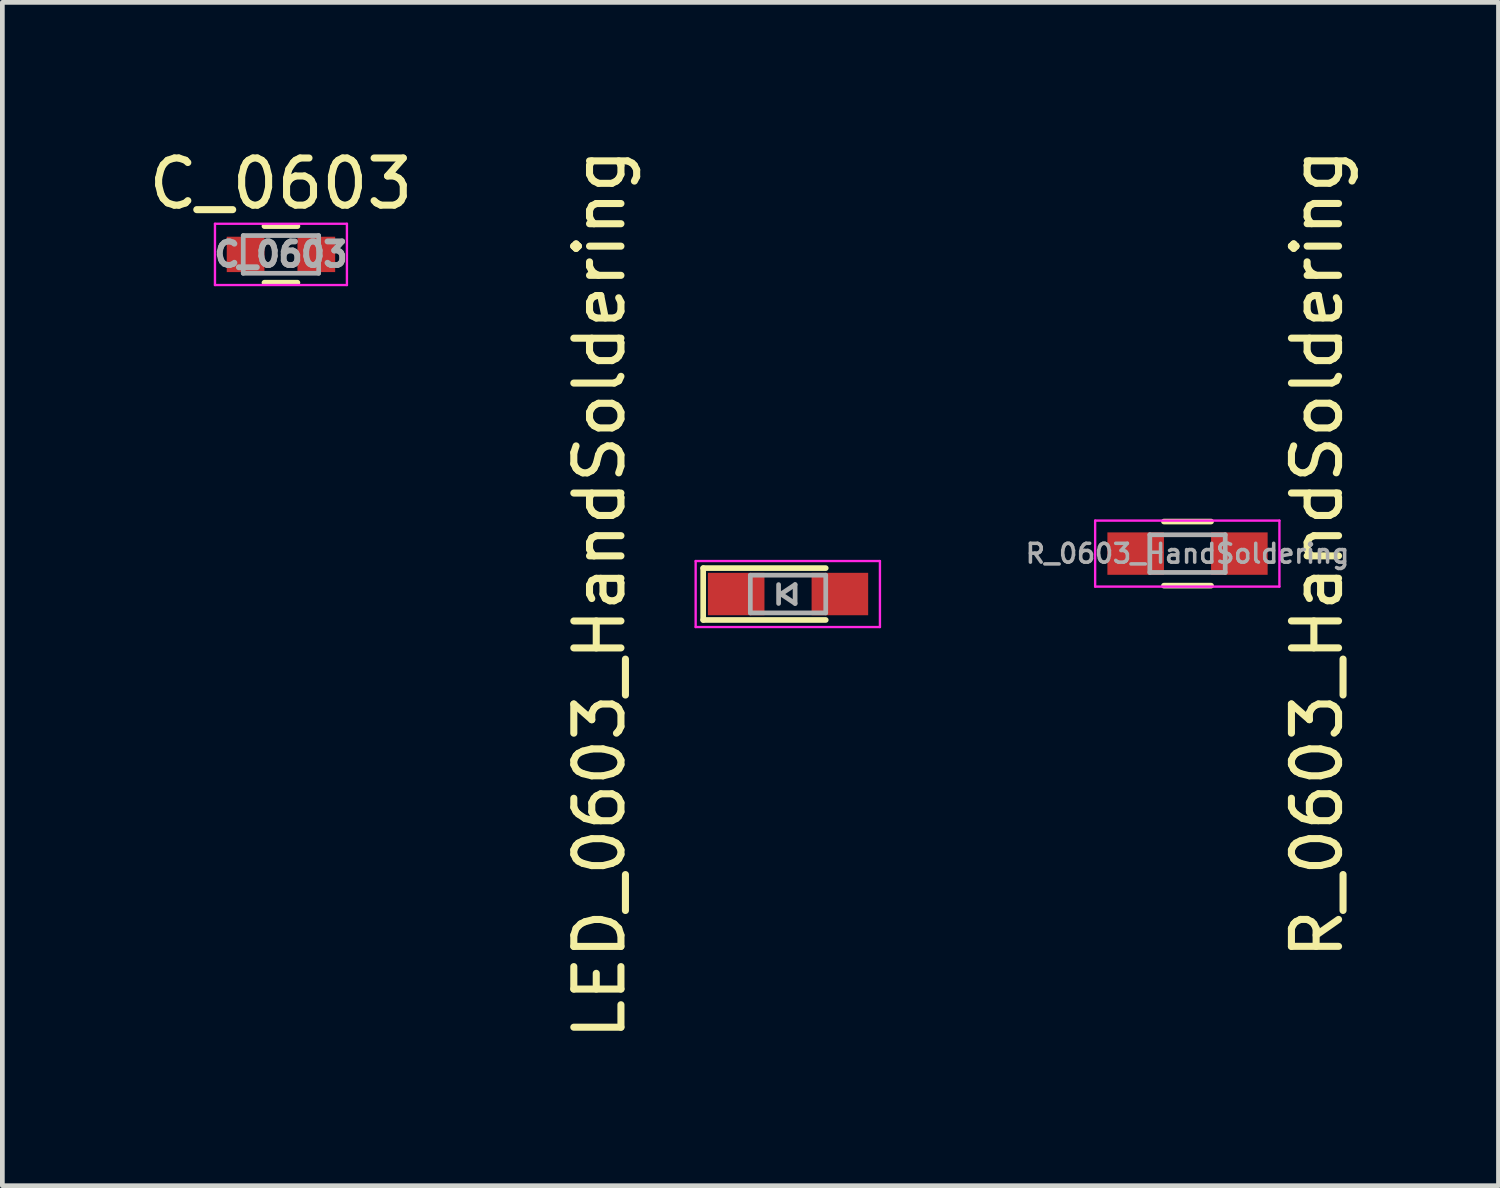
<source format=kicad_pcb>
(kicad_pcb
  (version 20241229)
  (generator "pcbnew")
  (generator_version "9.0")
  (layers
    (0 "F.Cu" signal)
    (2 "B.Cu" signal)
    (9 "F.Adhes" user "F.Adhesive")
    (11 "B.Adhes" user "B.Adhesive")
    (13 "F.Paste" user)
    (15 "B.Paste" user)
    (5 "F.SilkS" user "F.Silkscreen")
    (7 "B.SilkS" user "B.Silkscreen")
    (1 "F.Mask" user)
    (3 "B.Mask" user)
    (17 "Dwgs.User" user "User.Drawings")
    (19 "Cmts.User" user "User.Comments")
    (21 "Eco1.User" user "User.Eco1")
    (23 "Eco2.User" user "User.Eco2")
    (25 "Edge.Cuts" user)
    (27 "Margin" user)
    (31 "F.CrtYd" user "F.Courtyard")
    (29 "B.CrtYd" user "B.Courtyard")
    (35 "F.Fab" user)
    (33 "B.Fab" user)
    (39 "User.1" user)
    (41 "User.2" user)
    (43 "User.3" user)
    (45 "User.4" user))
  (footprint "C_0603"
    (layer "F.Cu")
    (at 2.911 2.348)
    (property "Reference" "C_0603" (at 0 -1.5 0) (layer "F.SilkS") (effects (font (size 1 1) (thickness 0.15))))
    (attr smd)
    (fp_line (start -0.35 -0.6) (end 0.35 -0.6) (stroke (width 0.12) (type solid)) (layer "F.SilkS"))
    (fp_line (start 0.35 0.6) (end -0.35 0.6) (stroke (width 0.12) (type solid)) (layer "F.SilkS"))
    (fp_line (start -1.4 -0.65) (end -1.4 0.65) (stroke (width 0.05) (type solid)) (layer "F.CrtYd"))
    (fp_line (start -1.4 -0.65) (end 1.4 -0.65) (stroke (width 0.05) (type solid)) (layer "F.CrtYd"))
    (fp_line (start 1.4 0.65) (end -1.4 0.65) (stroke (width 0.05) (type solid)) (layer "F.CrtYd"))
    (fp_line (start 1.4 0.65) (end 1.4 -0.65) (stroke (width 0.05) (type solid)) (layer "F.CrtYd"))
    (fp_line (start -0.8 -0.4) (end 0.8 -0.4) (stroke (width 0.1) (type solid)) (layer "F.Fab"))
    (fp_line (start -0.8 0.4) (end -0.8 -0.4) (stroke (width 0.1) (type solid)) (layer "F.Fab"))
    (fp_line (start 0.8 -0.4) (end 0.8 0.4) (stroke (width 0.1) (type solid)) (layer "F.Fab"))
    (fp_line (start 0.8 0.4) (end -0.8 0.4) (stroke (width 0.1) (type solid)) (layer "F.Fab"))
    (fp_text user "${REFERENCE}" (at 0 0 0) (layer "F.Fab") (effects (font (size 0.5 0.5) (thickness 0.125))))
    (pad "1" smd rect (at -0.75 0) (size 0.8 0.75) (layers "F.Cu" "F.Mask" "F.Paste"))
    (pad "2" smd rect (at 0.75 0) (size 0.8 0.75) (layers "F.Cu" "F.Mask" "F.Paste")))
  (footprint "LED_0603_HandSoldering"
    (layer "F.Cu")
    (at 13.67 9.554)
    (property "Reference" "LED_0603_HandSoldering" (at -4 0 90) (layer "F.SilkS") (effects (font (size 1 1) (thickness 0.15))))
    (attr smd)
    (fp_line (start -1.8 -0.55) (end -1.8 0.55) (stroke (width 0.12) (type solid)) (layer "F.SilkS"))
    (fp_line (start -1.8 -0.55) (end 0.8 -0.55) (stroke (width 0.12) (type solid)) (layer "F.SilkS"))
    (fp_line (start -1.8 0.55) (end 0.8 0.55) (stroke (width 0.12) (type solid)) (layer "F.SilkS"))
    (fp_line (start -1.96 -0.7) (end -1.96 0.7) (stroke (width 0.05) (type solid)) (layer "F.CrtYd"))
    (fp_line (start -1.96 -0.7) (end 1.95 -0.7) (stroke (width 0.05) (type solid)) (layer "F.CrtYd"))
    (fp_line (start 1.95 0.7) (end -1.96 0.7) (stroke (width 0.05) (type solid)) (layer "F.CrtYd"))
    (fp_line (start 1.95 0.7) (end 1.95 -0.7) (stroke (width 0.05) (type solid)) (layer "F.CrtYd"))
    (fp_line (start -0.8 -0.4) (end -0.8 0.4) (stroke (width 0.1) (type solid)) (layer "F.Fab"))
    (fp_line (start -0.8 -0.4) (end 0.8 -0.4) (stroke (width 0.1) (type solid)) (layer "F.Fab"))
    (fp_line (start -0.2 -0.2) (end -0.2 0.2) (stroke (width 0.1) (type solid)) (layer "F.Fab"))
    (fp_line (start -0.15 0) (end 0.15 -0.2) (stroke (width 0.1) (type solid)) (layer "F.Fab"))
    (fp_line (start 0.15 -0.2) (end 0.15 0.2) (stroke (width 0.1) (type solid)) (layer "F.Fab"))
    (fp_line (start 0.15 0.2) (end -0.15 0) (stroke (width 0.1) (type solid)) (layer "F.Fab"))
    (fp_line (start 0.8 -0.4) (end 0.8 0.4) (stroke (width 0.1) (type solid)) (layer "F.Fab"))
    (fp_line (start 0.8 0.4) (end -0.8 0.4) (stroke (width 0.1) (type solid)) (layer "F.Fab"))
    (pad "1" smd rect (at -1.1 0) (size 1.2 0.9) (layers "F.Cu" "F.Mask" "F.Paste"))
    (pad "2" smd rect (at 1.1 0) (size 1.2 0.9) (layers "F.Cu" "F.Mask" "F.Paste")))
  (footprint "R_0603_HandSoldering"
    (layer "F.Cu")
    (at 22.146 8.696)
    (property "Reference" "R_0603_HandSoldering" (at 2.75 0 270) (layer "F.SilkS") (effects (font (size 1 1) (thickness 0.15))))
    (attr smd)
    (fp_line (start -0.5 -0.68) (end 0.5 -0.68) (stroke (width 0.12) (type solid)) (layer "F.SilkS"))
    (fp_line (start 0.5 0.68) (end -0.5 0.68) (stroke (width 0.12) (type solid)) (layer "F.SilkS"))
    (fp_line (start -1.96 -0.7) (end -1.96 0.7) (stroke (width 0.05) (type solid)) (layer "F.CrtYd"))
    (fp_line (start -1.96 -0.7) (end 1.95 -0.7) (stroke (width 0.05) (type solid)) (layer "F.CrtYd"))
    (fp_line (start 1.95 0.7) (end -1.96 0.7) (stroke (width 0.05) (type solid)) (layer "F.CrtYd"))
    (fp_line (start 1.95 0.7) (end 1.95 -0.7) (stroke (width 0.05) (type solid)) (layer "F.CrtYd"))
    (fp_line (start -0.8 -0.4) (end 0.8 -0.4) (stroke (width 0.1) (type solid)) (layer "F.Fab"))
    (fp_line (start -0.8 0.4) (end -0.8 -0.4) (stroke (width 0.1) (type solid)) (layer "F.Fab"))
    (fp_line (start 0.8 -0.4) (end 0.8 0.4) (stroke (width 0.1) (type solid)) (layer "F.Fab"))
    (fp_line (start 0.8 0.4) (end -0.8 0.4) (stroke (width 0.1) (type solid)) (layer "F.Fab"))
    (fp_text user "${REFERENCE}" (at 0 0 0) (layer "F.Fab") (effects (font (size 0.4 0.4) (thickness 0.075))))
    (pad "1" smd rect (at -1.1 0) (size 1.2 0.9) (layers "F.Cu" "F.Mask" "F.Paste"))
    (pad "2" smd rect (at 1.1 0) (size 1.2 0.9) (layers "F.Cu" "F.Mask" "F.Paste")))
  (gr_rect
    (start -3 -3)
    (end 28.744 22.107)
    (stroke (width 0.1) (type default))
    (fill no)
    (layer "Edge.Cuts")))
</source>
